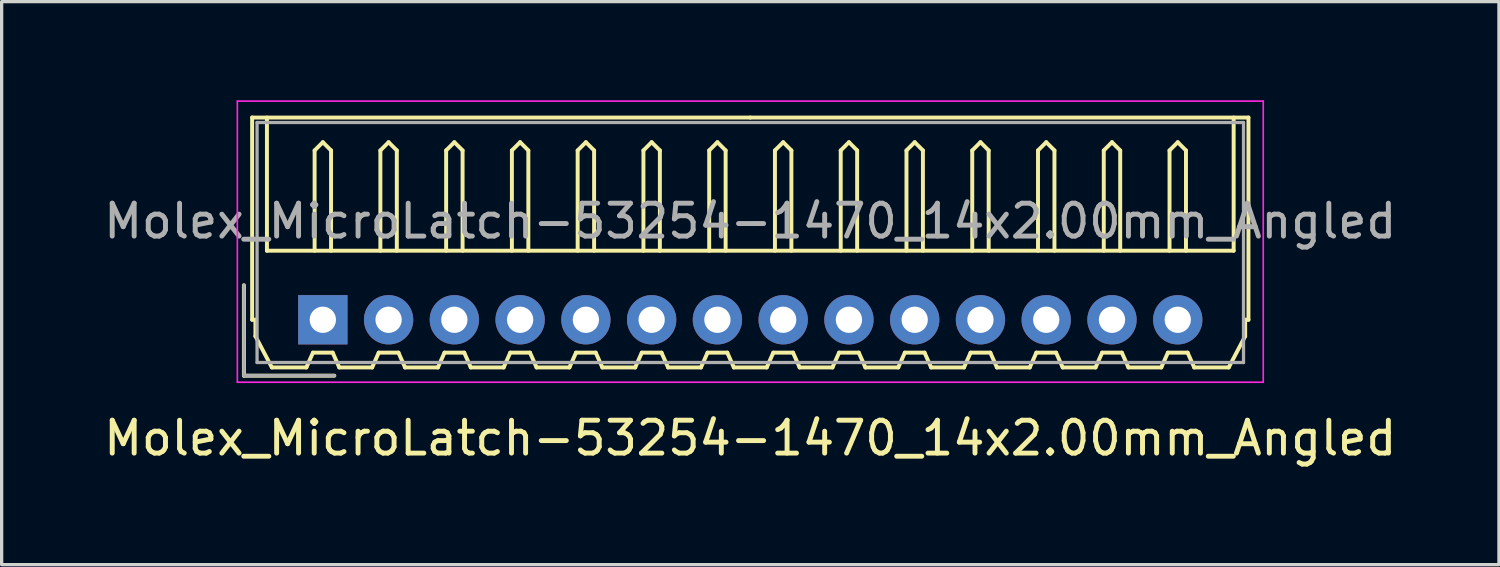
<source format=kicad_pcb>
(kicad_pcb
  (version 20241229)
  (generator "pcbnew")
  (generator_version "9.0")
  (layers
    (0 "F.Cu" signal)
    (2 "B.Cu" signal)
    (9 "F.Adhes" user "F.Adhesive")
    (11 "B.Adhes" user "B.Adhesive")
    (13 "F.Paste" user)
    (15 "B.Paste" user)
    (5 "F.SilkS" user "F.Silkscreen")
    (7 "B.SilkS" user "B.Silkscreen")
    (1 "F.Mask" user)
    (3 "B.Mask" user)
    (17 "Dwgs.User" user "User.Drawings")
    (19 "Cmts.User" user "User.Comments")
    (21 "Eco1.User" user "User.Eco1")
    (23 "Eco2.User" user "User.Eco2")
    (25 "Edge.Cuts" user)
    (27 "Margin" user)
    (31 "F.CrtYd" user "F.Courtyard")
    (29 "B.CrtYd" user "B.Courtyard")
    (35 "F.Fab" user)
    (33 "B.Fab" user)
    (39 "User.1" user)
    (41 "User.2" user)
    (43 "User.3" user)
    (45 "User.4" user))
  (footprint "Molex_MicroLatch-53254-1470_14x2.00mm_Angled"
    (layer "F.Cu")
    (at 6.768 6.675)
    (property "Reference" "Molex_MicroLatch-53254-1470_14x2.00mm_Angled" (at 13 3.6 0) (layer "F.SilkS") (effects (font (size 1 1) (thickness 0.15))))
    (attr through_hole)
    (fp_line (start -2.4 1.7) (end -2.4 -1.05) (stroke (width 0.12) (type solid)) (layer "F.SilkS"))
    (fp_line (start -2.15 -6.15) (end 13 -6.15) (stroke (width 0.12) (type solid)) (layer "F.SilkS"))
    (fp_line (start -2.15 0) (end -2.15 -6.15) (stroke (width 0.12) (type solid)) (layer "F.SilkS"))
    (fp_line (start -2.05 0) (end -2.15 0) (stroke (width 0.12) (type solid)) (layer "F.SilkS"))
    (fp_line (start -2.05 0.5) (end -2.05 0) (stroke (width 0.12) (type solid)) (layer "F.SilkS"))
    (fp_line (start -1.7 -6.15) (end -1.7 -2.1) (stroke (width 0.12) (type solid)) (layer "F.SilkS"))
    (fp_line (start -1.7 -2.1) (end 27.7 -2.1) (stroke (width 0.12) (type solid)) (layer "F.SilkS"))
    (fp_line (start -1.55 1.45) (end -2.05 0.5) (stroke (width 0.12) (type solid)) (layer "F.SilkS"))
    (fp_line (start -0.5 1.45) (end -1.55 1.45) (stroke (width 0.12) (type solid)) (layer "F.SilkS"))
    (fp_line (start -0.3 1) (end -0.5 1.45) (stroke (width 0.12) (type solid)) (layer "F.SilkS"))
    (fp_line (start -0.3 1) (end 0.3 1) (stroke (width 0.12) (type solid)) (layer "F.SilkS"))
    (fp_line (start -0.25 -5.15) (end 0 -5.4) (stroke (width 0.12) (type solid)) (layer "F.SilkS"))
    (fp_line (start -0.25 -2.1) (end -0.25 -5.15) (stroke (width 0.12) (type solid)) (layer "F.SilkS"))
    (fp_line (start 0 -5.4) (end 0.25 -5.15) (stroke (width 0.12) (type solid)) (layer "F.SilkS"))
    (fp_line (start 0.25 -5.15) (end 0.25 -2.1) (stroke (width 0.12) (type solid)) (layer "F.SilkS"))
    (fp_line (start 0.3 1) (end 0.5 1.45) (stroke (width 0.12) (type solid)) (layer "F.SilkS"))
    (fp_line (start 0.35 1.7) (end -2.4 1.7) (stroke (width 0.12) (type solid)) (layer "F.SilkS"))
    (fp_line (start 0.5 1.45) (end 1.5 1.45) (stroke (width 0.12) (type solid)) (layer "F.SilkS"))
    (fp_line (start 1.5 1.45) (end 1.7 1) (stroke (width 0.12) (type solid)) (layer "F.SilkS"))
    (fp_line (start 1.7 1) (end 2.3 1) (stroke (width 0.12) (type solid)) (layer "F.SilkS"))
    (fp_line (start 1.75 -5.15) (end 2 -5.4) (stroke (width 0.12) (type solid)) (layer "F.SilkS"))
    (fp_line (start 1.75 -2.1) (end 1.75 -5.15) (stroke (width 0.12) (type solid)) (layer "F.SilkS"))
    (fp_line (start 2 -5.4) (end 2.25 -5.15) (stroke (width 0.12) (type solid)) (layer "F.SilkS"))
    (fp_line (start 2.25 -5.15) (end 2.25 -2.1) (stroke (width 0.12) (type solid)) (layer "F.SilkS"))
    (fp_line (start 2.3 1) (end 2.5 1.45) (stroke (width 0.12) (type solid)) (layer "F.SilkS"))
    (fp_line (start 2.5 1.45) (end 3.5 1.45) (stroke (width 0.12) (type solid)) (layer "F.SilkS"))
    (fp_line (start 3.5 1.45) (end 3.7 1) (stroke (width 0.12) (type solid)) (layer "F.SilkS"))
    (fp_line (start 3.7 1) (end 4.3 1) (stroke (width 0.12) (type solid)) (layer "F.SilkS"))
    (fp_line (start 3.75 -5.15) (end 4 -5.4) (stroke (width 0.12) (type solid)) (layer "F.SilkS"))
    (fp_line (start 3.75 -2.1) (end 3.75 -5.15) (stroke (width 0.12) (type solid)) (layer "F.SilkS"))
    (fp_line (start 4 -5.4) (end 4.25 -5.15) (stroke (width 0.12) (type solid)) (layer "F.SilkS"))
    (fp_line (start 4.25 -5.15) (end 4.25 -2.1) (stroke (width 0.12) (type solid)) (layer "F.SilkS"))
    (fp_line (start 4.3 1) (end 4.5 1.45) (stroke (width 0.12) (type solid)) (layer "F.SilkS"))
    (fp_line (start 4.5 1.45) (end 5.5 1.45) (stroke (width 0.12) (type solid)) (layer "F.SilkS"))
    (fp_line (start 5.5 1.45) (end 5.7 1) (stroke (width 0.12) (type solid)) (layer "F.SilkS"))
    (fp_line (start 5.7 1) (end 6.3 1) (stroke (width 0.12) (type solid)) (layer "F.SilkS"))
    (fp_line (start 5.75 -5.15) (end 6 -5.4) (stroke (width 0.12) (type solid)) (layer "F.SilkS"))
    (fp_line (start 5.75 -2.1) (end 5.75 -5.15) (stroke (width 0.12) (type solid)) (layer "F.SilkS"))
    (fp_line (start 6 -5.4) (end 6.25 -5.15) (stroke (width 0.12) (type solid)) (layer "F.SilkS"))
    (fp_line (start 6.25 -5.15) (end 6.25 -2.1) (stroke (width 0.12) (type solid)) (layer "F.SilkS"))
    (fp_line (start 6.3 1) (end 6.5 1.45) (stroke (width 0.12) (type solid)) (layer "F.SilkS"))
    (fp_line (start 6.5 1.45) (end 7.5 1.45) (stroke (width 0.12) (type solid)) (layer "F.SilkS"))
    (fp_line (start 7.5 1.45) (end 7.7 1) (stroke (width 0.12) (type solid)) (layer "F.SilkS"))
    (fp_line (start 7.7 1) (end 8.3 1) (stroke (width 0.12) (type solid)) (layer "F.SilkS"))
    (fp_line (start 7.75 -5.15) (end 8 -5.4) (stroke (width 0.12) (type solid)) (layer "F.SilkS"))
    (fp_line (start 7.75 -2.1) (end 7.75 -5.15) (stroke (width 0.12) (type solid)) (layer "F.SilkS"))
    (fp_line (start 8 -5.4) (end 8.25 -5.15) (stroke (width 0.12) (type solid)) (layer "F.SilkS"))
    (fp_line (start 8.25 -5.15) (end 8.25 -2.1) (stroke (width 0.12) (type solid)) (layer "F.SilkS"))
    (fp_line (start 8.3 1) (end 8.5 1.45) (stroke (width 0.12) (type solid)) (layer "F.SilkS"))
    (fp_line (start 8.5 1.45) (end 9.5 1.45) (stroke (width 0.12) (type solid)) (layer "F.SilkS"))
    (fp_line (start 9.5 1.45) (end 9.7 1) (stroke (width 0.12) (type solid)) (layer "F.SilkS"))
    (fp_line (start 9.7 1) (end 10.3 1) (stroke (width 0.12) (type solid)) (layer "F.SilkS"))
    (fp_line (start 9.75 -5.15) (end 10 -5.4) (stroke (width 0.12) (type solid)) (layer "F.SilkS"))
    (fp_line (start 9.75 -2.1) (end 9.75 -5.15) (stroke (width 0.12) (type solid)) (layer "F.SilkS"))
    (fp_line (start 10 -5.4) (end 10.25 -5.15) (stroke (width 0.12) (type solid)) (layer "F.SilkS"))
    (fp_line (start 10.25 -5.15) (end 10.25 -2.1) (stroke (width 0.12) (type solid)) (layer "F.SilkS"))
    (fp_line (start 10.3 1) (end 10.5 1.45) (stroke (width 0.12) (type solid)) (layer "F.SilkS"))
    (fp_line (start 10.5 1.45) (end 11.5 1.45) (stroke (width 0.12) (type solid)) (layer "F.SilkS"))
    (fp_line (start 11.5 1.45) (end 11.7 1) (stroke (width 0.12) (type solid)) (layer "F.SilkS"))
    (fp_line (start 11.7 1) (end 12.3 1) (stroke (width 0.12) (type solid)) (layer "F.SilkS"))
    (fp_line (start 11.75 -5.15) (end 12 -5.4) (stroke (width 0.12) (type solid)) (layer "F.SilkS"))
    (fp_line (start 11.75 -2.1) (end 11.75 -5.15) (stroke (width 0.12) (type solid)) (layer "F.SilkS"))
    (fp_line (start 12 -5.4) (end 12.25 -5.15) (stroke (width 0.12) (type solid)) (layer "F.SilkS"))
    (fp_line (start 12.25 -5.15) (end 12.25 -2.1) (stroke (width 0.12) (type solid)) (layer "F.SilkS"))
    (fp_line (start 12.3 1) (end 12.5 1.45) (stroke (width 0.12) (type solid)) (layer "F.SilkS"))
    (fp_line (start 12.5 1.45) (end 13.5 1.45) (stroke (width 0.12) (type solid)) (layer "F.SilkS"))
    (fp_line (start 13.5 1.45) (end 13.7 1) (stroke (width 0.12) (type solid)) (layer "F.SilkS"))
    (fp_line (start 13.7 1) (end 14.3 1) (stroke (width 0.12) (type solid)) (layer "F.SilkS"))
    (fp_line (start 13.75 -5.15) (end 14 -5.4) (stroke (width 0.12) (type solid)) (layer "F.SilkS"))
    (fp_line (start 13.75 -2.1) (end 13.75 -5.15) (stroke (width 0.12) (type solid)) (layer "F.SilkS"))
    (fp_line (start 14 -5.4) (end 14.25 -5.15) (stroke (width 0.12) (type solid)) (layer "F.SilkS"))
    (fp_line (start 14.25 -5.15) (end 14.25 -2.1) (stroke (width 0.12) (type solid)) (layer "F.SilkS"))
    (fp_line (start 14.3 1) (end 14.5 1.45) (stroke (width 0.12) (type solid)) (layer "F.SilkS"))
    (fp_line (start 14.5 1.45) (end 15.5 1.45) (stroke (width 0.12) (type solid)) (layer "F.SilkS"))
    (fp_line (start 15.5 1.45) (end 15.7 1) (stroke (width 0.12) (type solid)) (layer "F.SilkS"))
    (fp_line (start 15.7 1) (end 16.3 1) (stroke (width 0.12) (type solid)) (layer "F.SilkS"))
    (fp_line (start 15.75 -5.15) (end 16 -5.4) (stroke (width 0.12) (type solid)) (layer "F.SilkS"))
    (fp_line (start 15.75 -2.1) (end 15.75 -5.15) (stroke (width 0.12) (type solid)) (layer "F.SilkS"))
    (fp_line (start 16 -5.4) (end 16.25 -5.15) (stroke (width 0.12) (type solid)) (layer "F.SilkS"))
    (fp_line (start 16.25 -5.15) (end 16.25 -2.1) (stroke (width 0.12) (type solid)) (layer "F.SilkS"))
    (fp_line (start 16.3 1) (end 16.5 1.45) (stroke (width 0.12) (type solid)) (layer "F.SilkS"))
    (fp_line (start 16.5 1.45) (end 17.5 1.45) (stroke (width 0.12) (type solid)) (layer "F.SilkS"))
    (fp_line (start 17.5 1.45) (end 17.7 1) (stroke (width 0.12) (type solid)) (layer "F.SilkS"))
    (fp_line (start 17.7 1) (end 18.3 1) (stroke (width 0.12) (type solid)) (layer "F.SilkS"))
    (fp_line (start 17.75 -5.15) (end 18 -5.4) (stroke (width 0.12) (type solid)) (layer "F.SilkS"))
    (fp_line (start 17.75 -2.1) (end 17.75 -5.15) (stroke (width 0.12) (type solid)) (layer "F.SilkS"))
    (fp_line (start 18 -5.4) (end 18.25 -5.15) (stroke (width 0.12) (type solid)) (layer "F.SilkS"))
    (fp_line (start 18.25 -5.15) (end 18.25 -2.1) (stroke (width 0.12) (type solid)) (layer "F.SilkS"))
    (fp_line (start 18.3 1) (end 18.5 1.45) (stroke (width 0.12) (type solid)) (layer "F.SilkS"))
    (fp_line (start 18.5 1.45) (end 19.5 1.45) (stroke (width 0.12) (type solid)) (layer "F.SilkS"))
    (fp_line (start 19.5 1.45) (end 19.7 1) (stroke (width 0.12) (type solid)) (layer "F.SilkS"))
    (fp_line (start 19.7 1) (end 20.3 1) (stroke (width 0.12) (type solid)) (layer "F.SilkS"))
    (fp_line (start 19.75 -5.15) (end 20 -5.4) (stroke (width 0.12) (type solid)) (layer "F.SilkS"))
    (fp_line (start 19.75 -2.1) (end 19.75 -5.15) (stroke (width 0.12) (type solid)) (layer "F.SilkS"))
    (fp_line (start 20 -5.4) (end 20.25 -5.15) (stroke (width 0.12) (type solid)) (layer "F.SilkS"))
    (fp_line (start 20.25 -5.15) (end 20.25 -2.1) (stroke (width 0.12) (type solid)) (layer "F.SilkS"))
    (fp_line (start 20.3 1) (end 20.5 1.45) (stroke (width 0.12) (type solid)) (layer "F.SilkS"))
    (fp_line (start 20.5 1.45) (end 21.5 1.45) (stroke (width 0.12) (type solid)) (layer "F.SilkS"))
    (fp_line (start 21.5 1.45) (end 21.7 1) (stroke (width 0.12) (type solid)) (layer "F.SilkS"))
    (fp_line (start 21.7 1) (end 22.3 1) (stroke (width 0.12) (type solid)) (layer "F.SilkS"))
    (fp_line (start 21.75 -5.15) (end 22 -5.4) (stroke (width 0.12) (type solid)) (layer "F.SilkS"))
    (fp_line (start 21.75 -2.1) (end 21.75 -5.15) (stroke (width 0.12) (type solid)) (layer "F.SilkS"))
    (fp_line (start 22 -5.4) (end 22.25 -5.15) (stroke (width 0.12) (type solid)) (layer "F.SilkS"))
    (fp_line (start 22.25 -5.15) (end 22.25 -2.1) (stroke (width 0.12) (type solid)) (layer "F.SilkS"))
    (fp_line (start 22.3 1) (end 22.5 1.45) (stroke (width 0.12) (type solid)) (layer "F.SilkS"))
    (fp_line (start 22.5 1.45) (end 23.5 1.45) (stroke (width 0.12) (type solid)) (layer "F.SilkS"))
    (fp_line (start 23.5 1.45) (end 23.7 1) (stroke (width 0.12) (type solid)) (layer "F.SilkS"))
    (fp_line (start 23.7 1) (end 24.3 1) (stroke (width 0.12) (type solid)) (layer "F.SilkS"))
    (fp_line (start 23.75 -5.15) (end 24 -5.4) (stroke (width 0.12) (type solid)) (layer "F.SilkS"))
    (fp_line (start 23.75 -2.1) (end 23.75 -5.15) (stroke (width 0.12) (type solid)) (layer "F.SilkS"))
    (fp_line (start 24 -5.4) (end 24.25 -5.15) (stroke (width 0.12) (type solid)) (layer "F.SilkS"))
    (fp_line (start 24.25 -5.15) (end 24.25 -2.1) (stroke (width 0.12) (type solid)) (layer "F.SilkS"))
    (fp_line (start 24.3 1) (end 24.5 1.45) (stroke (width 0.12) (type solid)) (layer "F.SilkS"))
    (fp_line (start 24.5 1.45) (end 25.5 1.45) (stroke (width 0.12) (type solid)) (layer "F.SilkS"))
    (fp_line (start 25.5 1.45) (end 25.7 1) (stroke (width 0.12) (type solid)) (layer "F.SilkS"))
    (fp_line (start 25.7 1) (end 26.3 1) (stroke (width 0.12) (type solid)) (layer "F.SilkS"))
    (fp_line (start 25.75 -5.15) (end 26 -5.4) (stroke (width 0.12) (type solid)) (layer "F.SilkS"))
    (fp_line (start 25.75 -2.1) (end 25.75 -5.15) (stroke (width 0.12) (type solid)) (layer "F.SilkS"))
    (fp_line (start 26 -5.4) (end 26.25 -5.15) (stroke (width 0.12) (type solid)) (layer "F.SilkS"))
    (fp_line (start 26.25 -5.15) (end 26.25 -2.1) (stroke (width 0.12) (type solid)) (layer "F.SilkS"))
    (fp_line (start 26.3 1) (end 26.5 1.45) (stroke (width 0.12) (type solid)) (layer "F.SilkS"))
    (fp_line (start 26.5 1.45) (end 27.55 1.45) (stroke (width 0.12) (type solid)) (layer "F.SilkS"))
    (fp_line (start 27.55 1.45) (end 28.05 0.5) (stroke (width 0.12) (type solid)) (layer "F.SilkS"))
    (fp_line (start 27.7 -2.1) (end 27.7 -6.15) (stroke (width 0.12) (type solid)) (layer "F.SilkS"))
    (fp_line (start 28.05 0) (end 28.15 0) (stroke (width 0.12) (type solid)) (layer "F.SilkS"))
    (fp_line (start 28.05 0.5) (end 28.05 0) (stroke (width 0.12) (type solid)) (layer "F.SilkS"))
    (fp_line (start 28.15 -6.15) (end 13 -6.15) (stroke (width 0.12) (type solid)) (layer "F.SilkS"))
    (fp_line (start 28.15 0) (end 28.15 -6.15) (stroke (width 0.12) (type solid)) (layer "F.SilkS"))
    (fp_line (start -2.6 -6.65) (end -2.6 1.9) (stroke (width 0.05) (type solid)) (layer "F.CrtYd"))
    (fp_line (start -2.6 1.9) (end 28.6 1.9) (stroke (width 0.05) (type solid)) (layer "F.CrtYd"))
    (fp_line (start 28.6 -6.65) (end -2.6 -6.65) (stroke (width 0.05) (type solid)) (layer "F.CrtYd"))
    (fp_line (start 28.6 1.9) (end 28.6 -6.65) (stroke (width 0.05) (type solid)) (layer "F.CrtYd"))
    (fp_line (start -2.4 1.7) (end -2.4 -1.05) (stroke (width 0.1) (type solid)) (layer "F.Fab"))
    (fp_line (start -2 -6) (end -2 1.3) (stroke (width 0.1) (type solid)) (layer "F.Fab"))
    (fp_line (start -2 1.3) (end 28 1.3) (stroke (width 0.1) (type solid)) (layer "F.Fab"))
    (fp_line (start 0.35 1.7) (end -2.4 1.7) (stroke (width 0.1) (type solid)) (layer "F.Fab"))
    (fp_line (start 28 -6) (end -2 -6) (stroke (width 0.1) (type solid)) (layer "F.Fab"))
    (fp_line (start 28 1.3) (end 28 -6) (stroke (width 0.1) (type solid)) (layer "F.Fab"))
    (fp_text user "${REFERENCE}" (at 13 -3 0) (layer "F.Fab") (effects (font (size 1 1) (thickness 0.15))))
    (pad "1" thru_hole rect (at 0 0) (size 1.5 1.5) (drill 0.8) (layers "*.Cu" "*.Mask"))
    (pad "2" thru_hole circle (at 2 0) (size 1.5 1.5) (drill 0.8) (layers "*.Cu" "*.Mask"))
    (pad "3" thru_hole circle (at 4 0) (size 1.5 1.5) (drill 0.8) (layers "*.Cu" "*.Mask"))
    (pad "4" thru_hole circle (at 6 0) (size 1.5 1.5) (drill 0.8) (layers "*.Cu" "*.Mask"))
    (pad "5" thru_hole circle (at 8 0) (size 1.5 1.5) (drill 0.8) (layers "*.Cu" "*.Mask"))
    (pad "6" thru_hole circle (at 10 0) (size 1.5 1.5) (drill 0.8) (layers "*.Cu" "*.Mask"))
    (pad "7" thru_hole circle (at 12 0) (size 1.5 1.5) (drill 0.8) (layers "*.Cu" "*.Mask"))
    (pad "8" thru_hole circle (at 14 0) (size 1.5 1.5) (drill 0.8) (layers "*.Cu" "*.Mask"))
    (pad "9" thru_hole circle (at 16 0) (size 1.5 1.5) (drill 0.8) (layers "*.Cu" "*.Mask"))
    (pad "10" thru_hole circle (at 18 0) (size 1.5 1.5) (drill 0.8) (layers "*.Cu" "*.Mask"))
    (pad "11" thru_hole circle (at 20 0) (size 1.5 1.5) (drill 0.8) (layers "*.Cu" "*.Mask"))
    (pad "12" thru_hole circle (at 22 0) (size 1.5 1.5) (drill 0.8) (layers "*.Cu" "*.Mask"))
    (pad "13" thru_hole circle (at 24 0) (size 1.5 1.5) (drill 0.8) (layers "*.Cu" "*.Mask"))
    (pad "14" thru_hole circle (at 26 0) (size 1.5 1.5) (drill 0.8) (layers "*.Cu" "*.Mask")))
  (gr_rect
    (start -3 -3)
    (end 42.536 14.123)
    (stroke (width 0.1) (type default))
    (fill no)
    (layer "Edge.Cuts")))
</source>
